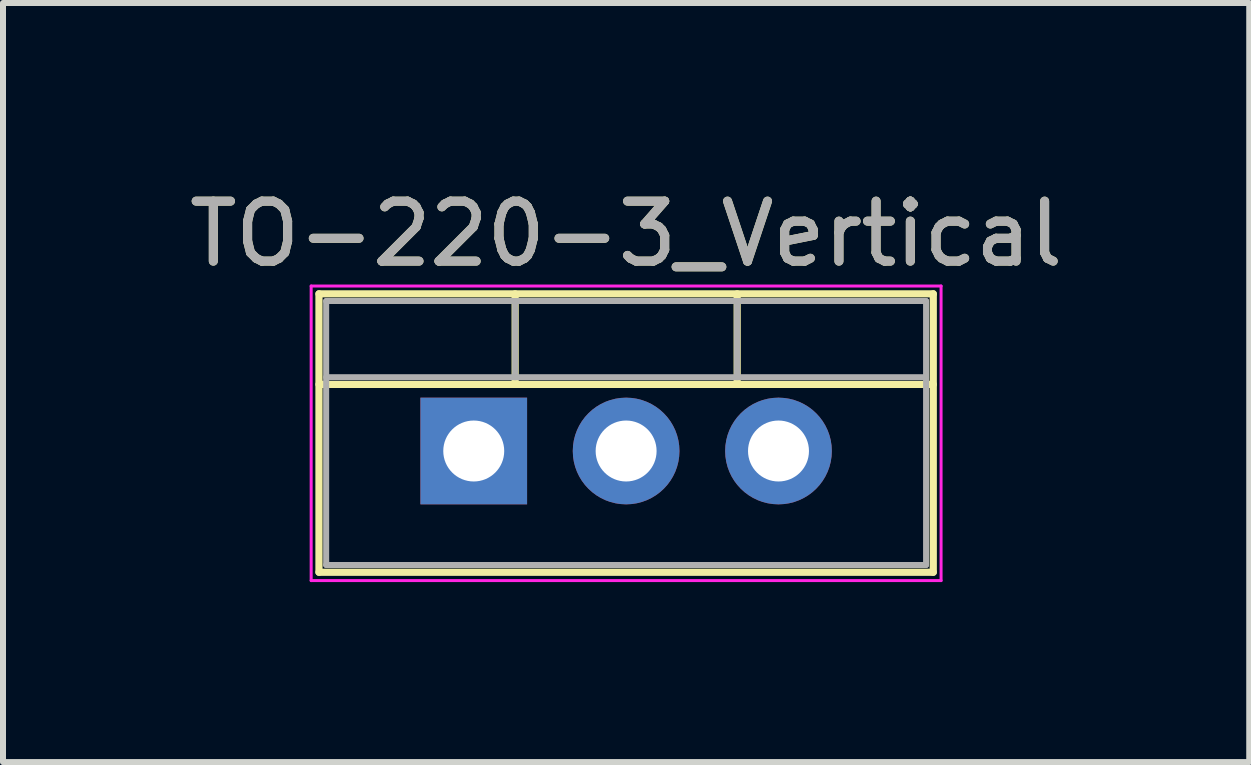
<source format=kicad_pcb>
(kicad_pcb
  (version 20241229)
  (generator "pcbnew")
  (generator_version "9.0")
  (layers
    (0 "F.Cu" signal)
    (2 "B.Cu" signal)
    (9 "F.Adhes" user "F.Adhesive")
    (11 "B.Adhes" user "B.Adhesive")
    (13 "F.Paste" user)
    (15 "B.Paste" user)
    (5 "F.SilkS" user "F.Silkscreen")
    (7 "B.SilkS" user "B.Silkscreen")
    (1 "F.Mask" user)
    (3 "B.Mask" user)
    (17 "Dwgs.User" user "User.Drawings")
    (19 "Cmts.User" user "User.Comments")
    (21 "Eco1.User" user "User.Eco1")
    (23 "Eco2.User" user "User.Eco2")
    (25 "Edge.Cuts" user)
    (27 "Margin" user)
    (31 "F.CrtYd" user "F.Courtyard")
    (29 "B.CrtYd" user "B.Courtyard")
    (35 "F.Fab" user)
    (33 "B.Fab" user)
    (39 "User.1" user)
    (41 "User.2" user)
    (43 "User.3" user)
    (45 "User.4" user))
  (footprint "TO-220-3_Vertical"
    (layer "F.Cu")
    (at 4.847 4.468)
    (property "Reference" "TO-220-3_Vertical" (at 2.54 -3.62 0) (layer "F.SilkS") (effects (font (size 1 1) (thickness 0.15))))
    (attr through_hole)
    (fp_line (start -2.58 -2.62) (end -2.58 2.021) (stroke (width 0.12) (type solid)) (layer "F.SilkS"))
    (fp_line (start -2.58 -2.62) (end 7.66 -2.62) (stroke (width 0.12) (type solid)) (layer "F.SilkS"))
    (fp_line (start -2.58 -1.11) (end 7.66 -1.11) (stroke (width 0.12) (type solid)) (layer "F.SilkS"))
    (fp_line (start -2.58 2.021) (end 7.66 2.021) (stroke (width 0.12) (type solid)) (layer "F.SilkS"))
    (fp_line (start 0.69 -2.62) (end 0.69 -1.11) (stroke (width 0.12) (type solid)) (layer "F.SilkS"))
    (fp_line (start 4.391 -2.62) (end 4.391 -1.11) (stroke (width 0.12) (type solid)) (layer "F.SilkS"))
    (fp_line (start 7.66 -2.62) (end 7.66 2.021) (stroke (width 0.12) (type solid)) (layer "F.SilkS"))
    (fp_line (start -2.71 -2.75) (end -2.71 2.16) (stroke (width 0.05) (type solid)) (layer "F.CrtYd"))
    (fp_line (start -2.71 2.16) (end 7.79 2.16) (stroke (width 0.05) (type solid)) (layer "F.CrtYd"))
    (fp_line (start 7.79 -2.75) (end -2.71 -2.75) (stroke (width 0.05) (type solid)) (layer "F.CrtYd"))
    (fp_line (start 7.79 2.16) (end 7.79 -2.75) (stroke (width 0.05) (type solid)) (layer "F.CrtYd"))
    (fp_line (start -2.46 -2.5) (end -2.46 1.9) (stroke (width 0.1) (type solid)) (layer "F.Fab"))
    (fp_line (start -2.46 -1.23) (end 7.54 -1.23) (stroke (width 0.1) (type solid)) (layer "F.Fab"))
    (fp_line (start -2.46 1.9) (end 7.54 1.9) (stroke (width 0.1) (type solid)) (layer "F.Fab"))
    (fp_line (start 0.69 -2.5) (end 0.69 -1.23) (stroke (width 0.1) (type solid)) (layer "F.Fab"))
    (fp_line (start 4.39 -2.5) (end 4.39 -1.23) (stroke (width 0.1) (type solid)) (layer "F.Fab"))
    (fp_line (start 7.54 -2.5) (end -2.46 -2.5) (stroke (width 0.1) (type solid)) (layer "F.Fab"))
    (fp_line (start 7.54 1.9) (end 7.54 -2.5) (stroke (width 0.1) (type solid)) (layer "F.Fab"))
    (fp_text user "${REFERENCE}" (at 2.54 -3.62 0) (layer "F.Fab") (effects (font (size 1 1) (thickness 0.15))))
    (pad "1" thru_hole rect (at 0 0) (size 1.778 1.778) (drill 1.016) (layers "*.Cu" "*.Mask"))
    (pad "2" thru_hole oval (at 2.54 0) (size 1.778 1.778) (drill 1.016) (layers "*.Cu" "*.Mask"))
    (pad "3" thru_hole oval (at 5.08 0) (size 1.778 1.778) (drill 1.016) (layers "*.Cu" "*.Mask")))
  (gr_rect
    (start -3 -3)
    (end 17.774 9.653)
    (stroke (width 0.1) (type default))
    (fill no)
    (layer "Edge.Cuts")))
</source>
